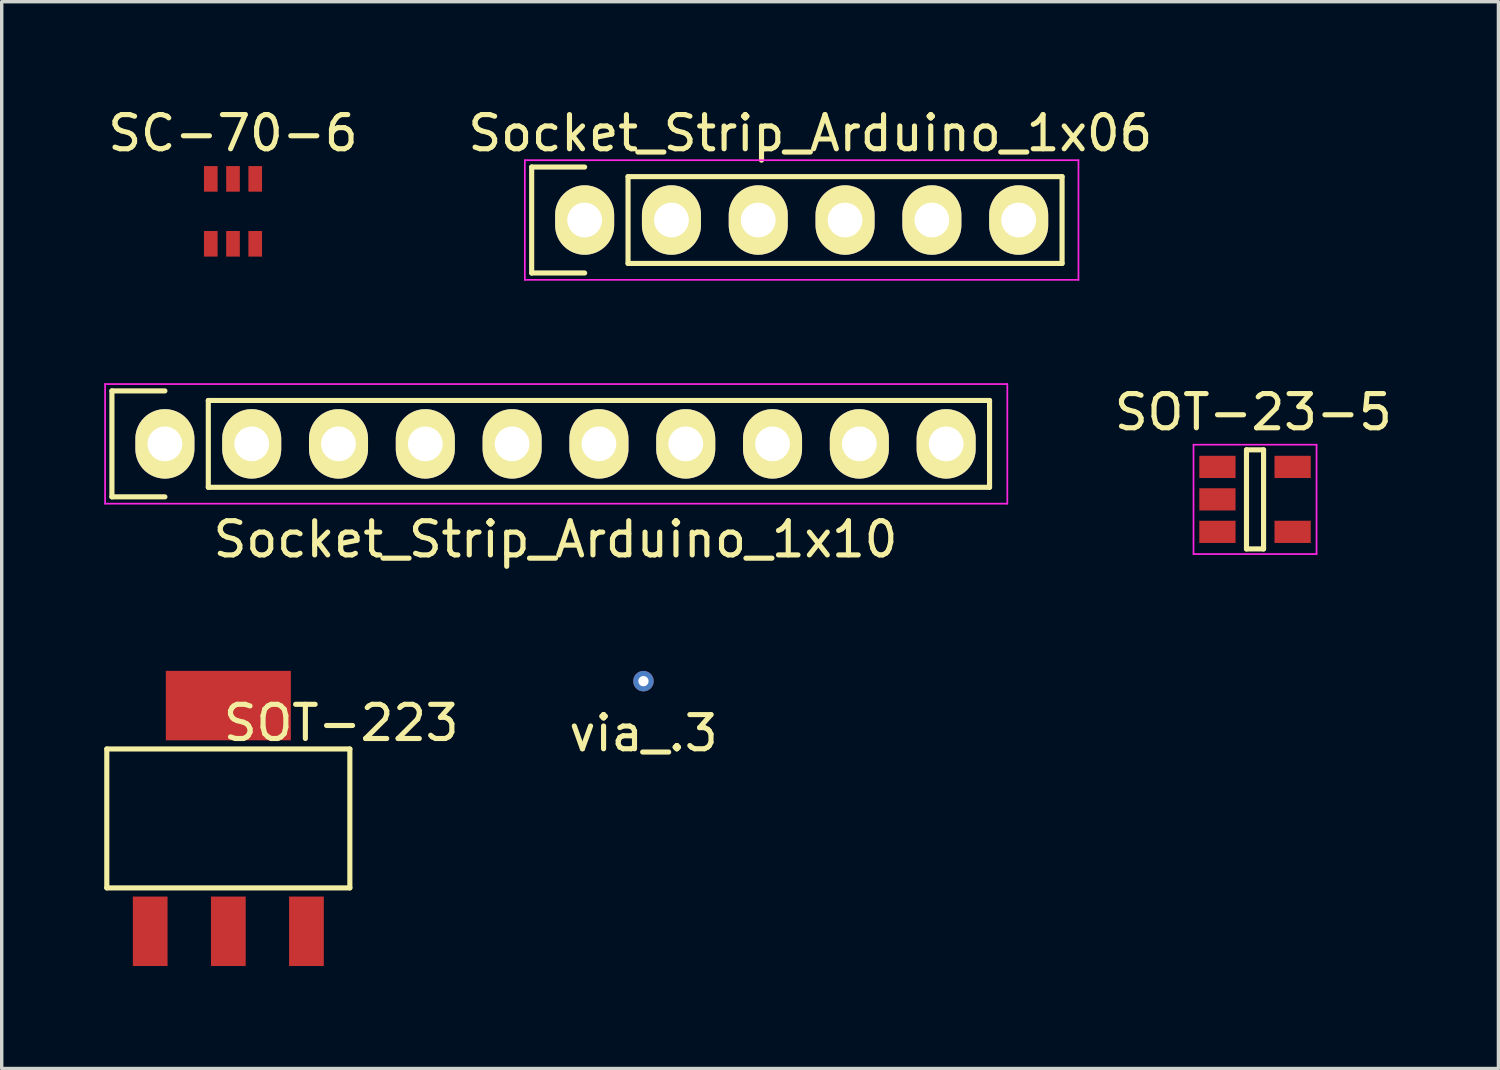
<source format=kicad_pcb>
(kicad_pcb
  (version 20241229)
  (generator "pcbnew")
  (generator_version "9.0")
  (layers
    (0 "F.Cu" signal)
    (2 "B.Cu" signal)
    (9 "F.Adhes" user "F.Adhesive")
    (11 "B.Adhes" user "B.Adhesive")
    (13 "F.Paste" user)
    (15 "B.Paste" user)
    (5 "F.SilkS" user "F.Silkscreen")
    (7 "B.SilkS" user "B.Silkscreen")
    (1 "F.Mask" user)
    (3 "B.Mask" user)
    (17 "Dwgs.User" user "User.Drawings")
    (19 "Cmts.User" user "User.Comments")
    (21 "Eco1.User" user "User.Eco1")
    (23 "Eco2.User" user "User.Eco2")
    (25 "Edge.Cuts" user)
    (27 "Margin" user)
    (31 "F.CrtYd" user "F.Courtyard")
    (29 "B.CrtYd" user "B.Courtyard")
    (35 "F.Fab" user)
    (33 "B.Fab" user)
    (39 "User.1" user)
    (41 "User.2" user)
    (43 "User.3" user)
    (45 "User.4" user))
  (footprint "Socket_Strip_Arduino_1x10"
    (layer "F.Cu")
    (at 1.775 9.938)
    (property "Reference" "Socket_Strip_Arduino_1x10" (at 11.43 2.794 0) (layer "F.SilkS") (effects (font (size 1 1) (thickness 0.15))))
    (attr through_hole)
    (fp_line (start -1.55 -1.55) (end -1.55 1.55) (stroke (width 0.15) (type solid)) (layer "F.SilkS"))
    (fp_line (start -1.55 1.55) (end 0 1.55) (stroke (width 0.15) (type solid)) (layer "F.SilkS"))
    (fp_line (start 0 -1.55) (end -1.55 -1.55) (stroke (width 0.15) (type solid)) (layer "F.SilkS"))
    (fp_line (start 1.27 1.27) (end 1.27 -1.27) (stroke (width 0.15) (type solid)) (layer "F.SilkS"))
    (fp_line (start 1.27 1.27) (end 24.13 1.27) (stroke (width 0.15) (type solid)) (layer "F.SilkS"))
    (fp_line (start 24.13 -1.27) (end 1.27 -1.27) (stroke (width 0.15) (type solid)) (layer "F.SilkS"))
    (fp_line (start 24.13 1.27) (end 24.13 -1.27) (stroke (width 0.15) (type solid)) (layer "F.SilkS"))
    (fp_line (start -1.75 -1.75) (end -1.75 1.75) (stroke (width 0.05) (type solid)) (layer "F.CrtYd"))
    (fp_line (start -1.75 -1.75) (end 24.65 -1.75) (stroke (width 0.05) (type solid)) (layer "F.CrtYd"))
    (fp_line (start -1.75 1.75) (end 24.65 1.75) (stroke (width 0.05) (type solid)) (layer "F.CrtYd"))
    (fp_line (start 24.65 -1.75) (end 24.65 1.75) (stroke (width 0.05) (type solid)) (layer "F.CrtYd"))
    (pad "1" thru_hole oval (at 0 0) (size 1.727 2.032) (drill 1.016) (layers "*.Cu" "*.Mask" "F.SilkS"))
    (pad "2" thru_hole oval (at 2.54 0) (size 1.727 2.032) (drill 1.016) (layers "*.Cu" "*.Mask" "F.SilkS"))
    (pad "3" thru_hole oval (at 5.08 0) (size 1.727 2.032) (drill 1.016) (layers "*.Cu" "*.Mask" "F.SilkS"))
    (pad "4" thru_hole oval (at 7.62 0) (size 1.727 2.032) (drill 1.016) (layers "*.Cu" "*.Mask" "F.SilkS"))
    (pad "5" thru_hole oval (at 10.16 0) (size 1.727 2.032) (drill 1.016) (layers "*.Cu" "*.Mask" "F.SilkS"))
    (pad "6" thru_hole oval (at 12.7 0) (size 1.727 2.032) (drill 1.016) (layers "*.Cu" "*.Mask" "F.SilkS"))
    (pad "7" thru_hole oval (at 15.24 0) (size 1.727 2.032) (drill 1.016) (layers "*.Cu" "*.Mask" "F.SilkS"))
    (pad "8" thru_hole oval (at 17.78 0) (size 1.727 2.032) (drill 1.016) (layers "*.Cu" "*.Mask" "F.SilkS"))
    (pad "9" thru_hole oval (at 20.32 0) (size 1.727 2.032) (drill 1.016) (layers "*.Cu" "*.Mask" "F.SilkS"))
    (pad "10" thru_hole oval (at 22.86 0) (size 1.727 2.032) (drill 1.016) (layers "*.Cu" "*.Mask" "F.SilkS")))
  (footprint "SC-70-6"
    (layer "F.Cu")
    (at 3.768 3.134)
    (property "Reference" "SC-70-6" (at 0 -2.286 0) (layer "F.SilkS") (effects (font (size 1 1) (thickness 0.15))))
    (attr smd)
    (pad "1" smd rect (at -0.65 0.95) (size 0.399 0.749) (layers "F.Cu" "F.Mask" "F.Paste"))
    (pad "2" smd rect (at 0 0.95) (size 0.399 0.749) (layers "F.Cu" "F.Mask" "F.Paste"))
    (pad "3" smd rect (at 0.65 0.95) (size 0.399 0.749) (layers "F.Cu" "F.Mask" "F.Paste"))
    (pad "4" smd rect (at 0.65 -0.95) (size 0.399 0.749) (layers "F.Cu" "F.Mask" "F.Paste"))
    (pad "5" smd rect (at 0 -0.95) (size 0.399 0.749) (layers "F.Cu" "F.Mask" "F.Paste"))
    (pad "6" smd rect (at -0.65 -0.95) (size 0.399 0.749) (layers "F.Cu" "F.Mask" "F.Paste")))
  (footprint "via_.3"
    (layer "F.Cu")
    (at 15.778 16.881)
    (property "Reference" "via_.3" (at 0 1.524 0) (layer "F.SilkS") (effects (font (size 1 1) (thickness 0.15))))
    (attr through_hole)
    (pad "1" thru_hole circle (at 0 0) (size 0.6 0.6) (drill 0.3) (layers "*.Cu" "*.Mask")))
  (footprint "Socket_Strip_Arduino_1x06"
    (layer "F.Cu")
    (at 14.057 3.388)
    (property "Reference" "Socket_Strip_Arduino_1x06" (at 6.604 -2.54 0) (layer "F.SilkS") (effects (font (size 1 1) (thickness 0.15))))
    (attr through_hole)
    (fp_line (start -1.55 -1.55) (end -1.55 1.55) (stroke (width 0.15) (type solid)) (layer "F.SilkS"))
    (fp_line (start -1.55 1.55) (end 0 1.55) (stroke (width 0.15) (type solid)) (layer "F.SilkS"))
    (fp_line (start 0 -1.55) (end -1.55 -1.55) (stroke (width 0.15) (type solid)) (layer "F.SilkS"))
    (fp_line (start 1.27 1.27) (end 1.27 -1.27) (stroke (width 0.15) (type solid)) (layer "F.SilkS"))
    (fp_line (start 1.27 1.27) (end 13.97 1.27) (stroke (width 0.15) (type solid)) (layer "F.SilkS"))
    (fp_line (start 13.97 -1.27) (end 1.27 -1.27) (stroke (width 0.15) (type solid)) (layer "F.SilkS"))
    (fp_line (start 13.97 1.27) (end 13.97 -1.27) (stroke (width 0.15) (type solid)) (layer "F.SilkS"))
    (fp_line (start -1.75 -1.75) (end -1.75 1.75) (stroke (width 0.05) (type solid)) (layer "F.CrtYd"))
    (fp_line (start -1.75 -1.75) (end 14.45 -1.75) (stroke (width 0.05) (type solid)) (layer "F.CrtYd"))
    (fp_line (start -1.75 1.75) (end 14.45 1.75) (stroke (width 0.05) (type solid)) (layer "F.CrtYd"))
    (fp_line (start 14.45 -1.75) (end 14.45 1.75) (stroke (width 0.05) (type solid)) (layer "F.CrtYd"))
    (pad "1" thru_hole oval (at 0 0) (size 1.727 2.032) (drill 1.016) (layers "*.Cu" "*.Mask" "F.SilkS"))
    (pad "2" thru_hole oval (at 2.54 0) (size 1.727 2.032) (drill 1.016) (layers "*.Cu" "*.Mask" "F.SilkS"))
    (pad "3" thru_hole oval (at 5.08 0) (size 1.727 2.032) (drill 1.016) (layers "*.Cu" "*.Mask" "F.SilkS"))
    (pad "4" thru_hole oval (at 7.62 0) (size 1.727 2.032) (drill 1.016) (layers "*.Cu" "*.Mask" "F.SilkS"))
    (pad "5" thru_hole oval (at 10.16 0) (size 1.727 2.032) (drill 1.016) (layers "*.Cu" "*.Mask" "F.SilkS"))
    (pad "6" thru_hole oval (at 12.7 0) (size 1.727 2.032) (drill 1.016) (layers "*.Cu" "*.Mask" "F.SilkS")))
  (footprint "SOT-223"
    (layer "F.Cu")
    (at 3.631 20.898)
    (property "Reference" "SOT-223" (at 3.302 -2.794 0) (layer "F.SilkS") (effects (font (size 1 1) (thickness 0.15))))
    (attr smd)
    (fp_line (start -3.556 -2.032) (end -3.556 2.032) (stroke (width 0.15) (type solid)) (layer "F.SilkS"))
    (fp_line (start -3.556 2.032) (end 3.556 2.032) (stroke (width 0.15) (type solid)) (layer "F.SilkS"))
    (fp_line (start 3.556 -2.032) (end -3.556 -2.032) (stroke (width 0.15) (type solid)) (layer "F.SilkS"))
    (fp_line (start 3.556 2.032) (end 3.556 -2.032) (stroke (width 0.15) (type solid)) (layer "F.SilkS"))
    (pad "1" smd rect (at -2.286 3.302) (size 1.016 2.032) (layers "F.Cu" "F.Mask" "F.Paste"))
    (pad "2" smd rect (at 0 3.302) (size 1.016 2.032) (layers "F.Cu" "F.Mask" "F.Paste"))
    (pad "3" smd rect (at 2.286 3.302) (size 1.016 2.032) (layers "F.Cu" "F.Mask" "F.Paste"))
    (pad "4" smd rect (at 0 -3.302) (size 3.658 2.032) (layers "F.Cu" "F.Mask" "F.Paste")))
  (footprint "SOT-23-5"
    (layer "F.Cu")
    (at 33.673 11.562)
    (property "Reference" "SOT-23-5" (at -0.05 -2.55 0) (layer "F.SilkS") (effects (font (size 1 1) (thickness 0.15))))
    (attr smd)
    (fp_line (start -0.25 -1.45) (end -0.25 1.45) (stroke (width 0.15) (type solid)) (layer "F.SilkS"))
    (fp_line (start -0.25 1.45) (end 0.25 1.45) (stroke (width 0.15) (type solid)) (layer "F.SilkS"))
    (fp_line (start 0.25 -1.45) (end -0.25 -1.45) (stroke (width 0.15) (type solid)) (layer "F.SilkS"))
    (fp_line (start 0.25 1.45) (end 0.25 -1.45) (stroke (width 0.15) (type solid)) (layer "F.SilkS"))
    (fp_line (start -1.8 -1.6) (end 1.8 -1.6) (stroke (width 0.05) (type solid)) (layer "F.CrtYd"))
    (fp_line (start -1.8 1.6) (end -1.8 -1.6) (stroke (width 0.05) (type solid)) (layer "F.CrtYd"))
    (fp_line (start 1.8 -1.6) (end 1.8 1.6) (stroke (width 0.05) (type solid)) (layer "F.CrtYd"))
    (fp_line (start 1.8 1.6) (end -1.8 1.6) (stroke (width 0.05) (type solid)) (layer "F.CrtYd"))
    (pad "1" smd rect (at -1.1 -0.95) (size 1.06 0.65) (layers "F.Cu" "F.Mask" "F.Paste"))
    (pad "2" smd rect (at -1.1 0) (size 1.06 0.65) (layers "F.Cu" "F.Mask" "F.Paste"))
    (pad "3" smd rect (at -1.1 0.95) (size 1.06 0.65) (layers "F.Cu" "F.Mask" "F.Paste"))
    (pad "4" smd rect (at 1.1 0.95) (size 1.06 0.65) (layers "F.Cu" "F.Mask" "F.Paste"))
    (pad "5" smd rect (at 1.1 -0.95) (size 1.06 0.65) (layers "F.Cu" "F.Mask" "F.Paste")))
  (gr_rect
    (start -3 -3)
    (end 40.795 28.216)
    (stroke (width 0.1) (type default))
    (fill no)
    (layer "Edge.Cuts")))
</source>
